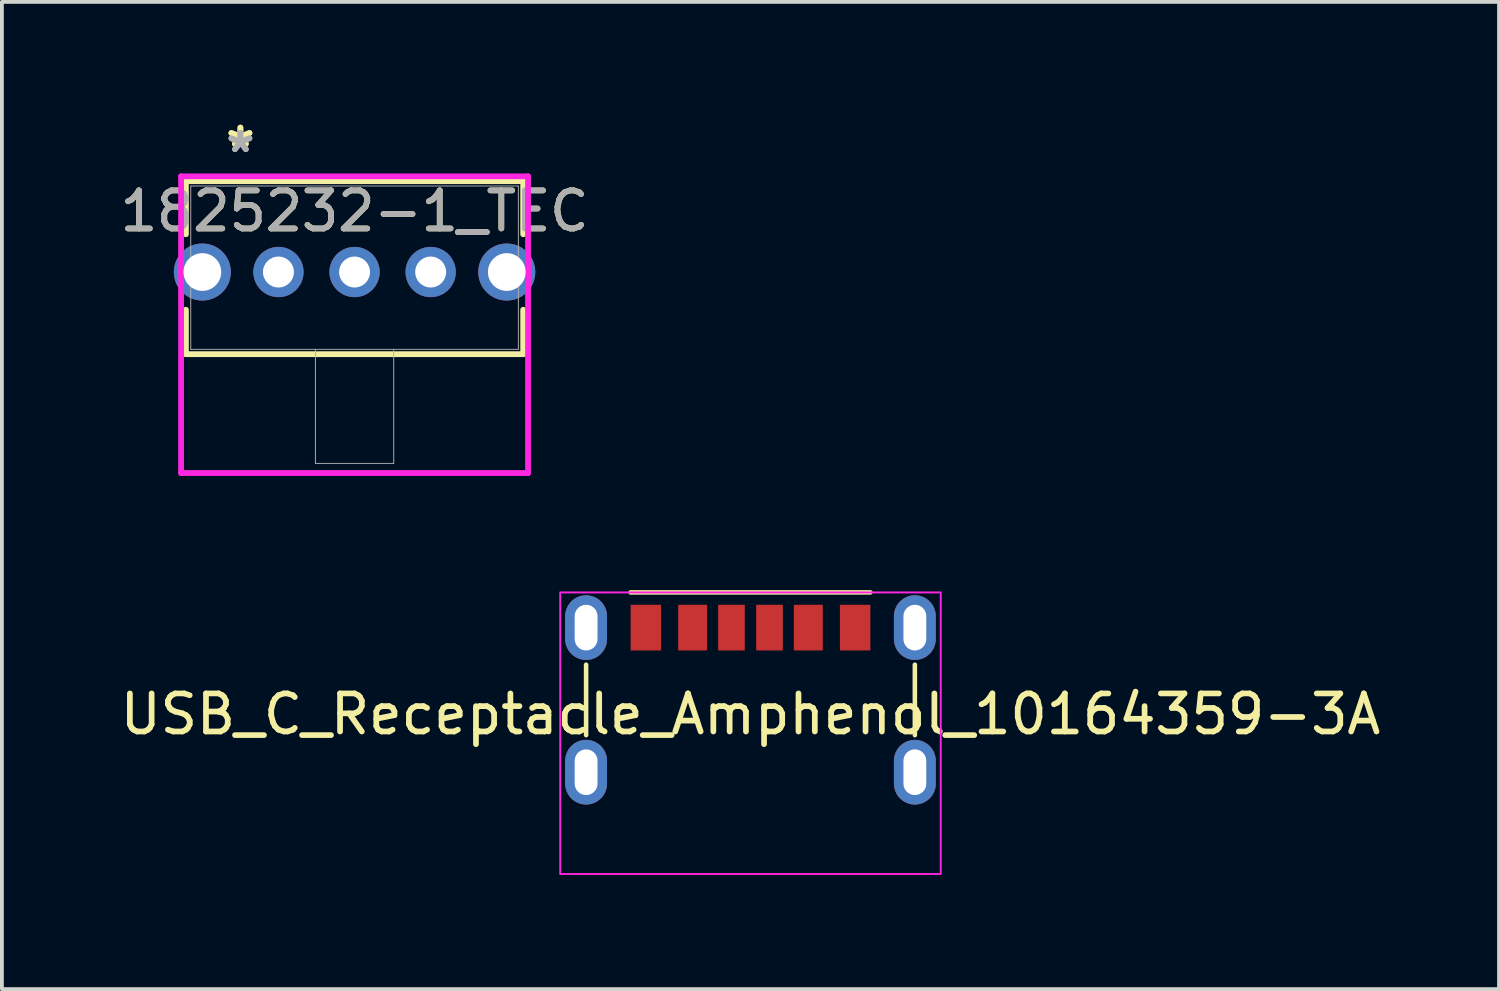
<source format=kicad_pcb>
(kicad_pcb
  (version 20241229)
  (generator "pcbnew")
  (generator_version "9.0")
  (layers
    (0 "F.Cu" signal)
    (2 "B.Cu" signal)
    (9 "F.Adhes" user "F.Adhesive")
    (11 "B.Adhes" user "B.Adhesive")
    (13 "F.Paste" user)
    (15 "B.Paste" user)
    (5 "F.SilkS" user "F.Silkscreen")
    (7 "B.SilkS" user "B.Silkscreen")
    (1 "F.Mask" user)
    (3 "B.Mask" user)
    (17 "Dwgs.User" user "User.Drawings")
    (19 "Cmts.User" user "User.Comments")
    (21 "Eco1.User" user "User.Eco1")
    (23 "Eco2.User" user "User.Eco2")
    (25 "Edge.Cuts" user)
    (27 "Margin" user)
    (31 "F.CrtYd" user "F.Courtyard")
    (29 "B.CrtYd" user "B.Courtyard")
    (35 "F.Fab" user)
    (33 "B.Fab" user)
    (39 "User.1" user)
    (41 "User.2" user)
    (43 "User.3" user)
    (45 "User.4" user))
  (footprint "1825232-1_TEC"
    (layer "F.Cu")
    (at 4.268 4.099)
    (property "Reference" "1825232-1_TEC" (at 2 -1.6 0) (unlocked yes) (layer "F.SilkS") (effects (font (size 1 1) (thickness 0.15))))
    (attr through_hole)
    (fp_line (start -2.432 -2.388) (end -2.432 -0.992) (stroke (width 0.152) (type solid)) (layer "F.SilkS"))
    (fp_line (start -2.432 0.992) (end -2.432 2.159) (stroke (width 0.152) (type solid)) (layer "F.SilkS"))
    (fp_line (start -2.432 2.159) (end 6.432 2.159) (stroke (width 0.152) (type solid)) (layer "F.SilkS"))
    (fp_line (start 6.432 -2.388) (end -2.432 -2.388) (stroke (width 0.152) (type solid)) (layer "F.SilkS"))
    (fp_line (start 6.432 -0.992) (end 6.432 -2.388) (stroke (width 0.152) (type solid)) (layer "F.SilkS"))
    (fp_line (start 6.432 2.159) (end 6.432 0.992) (stroke (width 0.152) (type solid)) (layer "F.SilkS"))
    (fp_line (start -2.559 -2.515) (end -2.559 5.283) (stroke (width 0.152) (type solid)) (layer "F.CrtYd"))
    (fp_line (start -2.559 5.283) (end 6.559 5.283) (stroke (width 0.152) (type solid)) (layer "F.CrtYd"))
    (fp_line (start 6.559 -2.515) (end -2.559 -2.515) (stroke (width 0.152) (type solid)) (layer "F.CrtYd"))
    (fp_line (start 6.559 5.283) (end 6.559 -2.515) (stroke (width 0.152) (type solid)) (layer "F.CrtYd"))
    (fp_line (start -2.305 -2.261) (end -2.305 2.032) (stroke (width 0.025) (type solid)) (layer "F.Fab"))
    (fp_line (start -2.305 2.032) (end 6.305 2.032) (stroke (width 0.025) (type solid)) (layer "F.Fab"))
    (fp_line (start 0.971 2.032) (end 0.971 5.029) (stroke (width 0.025) (type solid)) (layer "F.Fab"))
    (fp_line (start 0.971 5.029) (end 3.029 5.029) (stroke (width 0.025) (type solid)) (layer "F.Fab"))
    (fp_line (start 3.029 2.032) (end 3.029 5.029) (stroke (width 0.025) (type solid)) (layer "F.Fab"))
    (fp_line (start 6.305 -2.261) (end -2.305 -2.261) (stroke (width 0.025) (type solid)) (layer "F.Fab"))
    (fp_line (start 6.305 2.032) (end 6.305 -2.261) (stroke (width 0.025) (type solid)) (layer "F.Fab"))
    (fp_text user "*" (at -1 -3.251 0) (layer "F.SilkS") (effects (font (size 1 1) (thickness 0.15))))
    (fp_text user "*" (at -1 -3.251 0) (unlocked yes) (layer "F.SilkS") (effects (font (size 1 1) (thickness 0.15))))
    (fp_text user "*" (at -1 -3.111 0) (unlocked yes) (layer "F.Fab") (effects (font (size 1 1) (thickness 0.15))))
    (fp_text user "*" (at -1 -3.111 0) (layer "F.Fab") (effects (font (size 1 1) (thickness 0.15))))
    (fp_text user "${REFERENCE}" (at 2 -1.6 0) (unlocked yes) (layer "F.Fab") (effects (font (size 1 1) (thickness 0.15))))
    (pad "1" thru_hole circle (at -0.000001 0) (size 1.321 1.321) (drill 0.813) (layers "*.Cu" "*.Mask"))
    (pad "2" thru_hole circle (at 2 0) (size 1.321 1.321) (drill 0.813) (layers "*.Cu" "*.Mask"))
    (pad "3" thru_hole circle (at 4 0) (size 1.321 1.321) (drill 0.813) (layers "*.Cu" "*.Mask"))
    (pad "4" thru_hole circle (at -2 0) (size 1.499 1.499) (drill 0.991) (layers "*.Cu" "*.Mask"))
    (pad "5" thru_hole circle (at 6 0) (size 1.499 1.499) (drill 0.991) (layers "*.Cu" "*.Mask")))
  (footprint "USB_C_Receptacle_Amphenol_10164359-3A"
    (layer "F.Cu")
    (at 16.673 16.219)
    (property "Reference" "USB_C_Receptacle_Amphenol_10164359-3A" (at 0 -0.5 0) (unlocked yes) (layer "F.SilkS") (effects (font (size 1 1) (thickness 0.15))))
    (attr smd)
    (fp_line (start -4.32 -1.8) (end -4.32 0.05) (stroke (width 0.12) (type solid)) (layer "F.SilkS"))
    (fp_line (start -3.15 -3.7) (end 3.15 -3.7) (stroke (width 0.12) (type solid)) (layer "F.SilkS"))
    (fp_line (start 4.32 -1.8) (end 4.32 0.05) (stroke (width 0.12) (type solid)) (layer "F.SilkS"))
    (fp_rect (start -5 -3.7) (end 5 3.7) (stroke (width 0.05) (type default)) (fill no) (layer "F.CrtYd"))
    (pad "A5" smd rect (at 0.5 -2.775) (size 0.7 1.2) (layers "F.Cu" "F.Mask" "F.Paste"))
    (pad "A9" smd rect (at 1.52 -2.775) (size 0.76 1.2) (layers "F.Cu" "F.Mask" "F.Paste"))
    (pad "A12" smd rect (at 2.75 -2.775) (size 0.8 1.2) (layers "F.Cu" "F.Mask" "F.Paste"))
    (pad "B5" smd rect (at -0.5 -2.775) (size 0.7 1.2) (layers "F.Cu" "F.Mask" "F.Paste"))
    (pad "B9" smd rect (at -1.52 -2.775) (size 0.76 1.2) (layers "F.Cu" "F.Mask" "F.Paste"))
    (pad "B12" smd rect (at -2.75 -2.775) (size 0.8 1.2) (layers "F.Cu" "F.Mask" "F.Paste"))
    (pad "S1" thru_hole oval (at -4.32 -2.775) (size 1.1 1.7) (drill oval 0.6 1.2) (layers "*.Cu" "*.Mask"))
    (pad "S1" thru_hole oval (at -4.32 1.025) (size 1.1 1.7) (drill oval 0.6 1.2) (layers "*.Cu" "*.Mask"))
    (pad "S1" thru_hole oval (at 4.32 -2.775) (size 1.1 1.7) (drill oval 0.6 1.2) (layers "*.Cu" "*.Mask"))
    (pad "S1" thru_hole oval (at 4.32 1.025) (size 1.1 1.7) (drill oval 0.6 1.2) (layers "*.Cu" "*.Mask")))
  (gr_rect
    (start -3 -3)
    (end 36.345 22.944)
    (stroke (width 0.1) (type default))
    (fill no)
    (layer "Edge.Cuts")))
</source>
